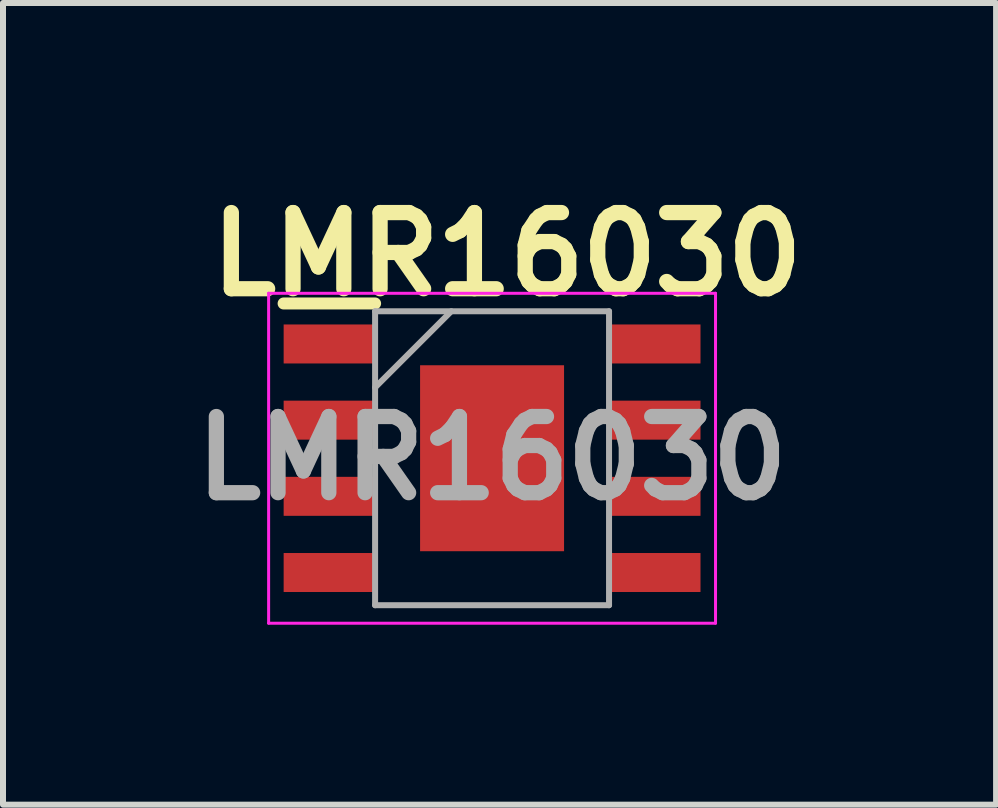
<source format=kicad_pcb>
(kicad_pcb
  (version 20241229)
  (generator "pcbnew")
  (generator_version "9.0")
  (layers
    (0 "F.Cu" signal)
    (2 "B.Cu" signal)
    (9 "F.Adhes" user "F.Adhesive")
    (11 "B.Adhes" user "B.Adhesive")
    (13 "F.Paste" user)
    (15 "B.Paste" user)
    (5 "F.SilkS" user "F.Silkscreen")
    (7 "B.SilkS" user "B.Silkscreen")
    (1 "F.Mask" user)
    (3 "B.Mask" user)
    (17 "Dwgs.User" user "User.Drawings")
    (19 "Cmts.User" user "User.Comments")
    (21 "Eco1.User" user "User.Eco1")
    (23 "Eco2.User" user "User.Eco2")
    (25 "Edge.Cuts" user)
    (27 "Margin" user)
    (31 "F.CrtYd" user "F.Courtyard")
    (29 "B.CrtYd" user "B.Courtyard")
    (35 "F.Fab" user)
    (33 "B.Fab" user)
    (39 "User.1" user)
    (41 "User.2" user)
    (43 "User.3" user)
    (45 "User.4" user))
  (footprint "LMR16030"
    (layer "F.Cu")
    (at 5.153 4.589)
    (property "Reference" "LMR16030" (at 0.25 -3.4 0) (layer "F.SilkS") (effects (font (size 1.27 1.27) (thickness 0.254))))
    (attr smd)
    (fp_line (start -3.475 -2.58) (end -1.95 -2.58) (stroke (width 0.2) (type solid)) (layer "F.SilkS"))
    (fp_line (start -3.725 -2.75) (end 3.725 -2.75) (stroke (width 0.05) (type solid)) (layer "F.CrtYd"))
    (fp_line (start -3.725 2.75) (end -3.725 -2.75) (stroke (width 0.05) (type solid)) (layer "F.CrtYd"))
    (fp_line (start 3.725 -2.75) (end 3.725 2.75) (stroke (width 0.05) (type solid)) (layer "F.CrtYd"))
    (fp_line (start 3.725 2.75) (end -3.725 2.75) (stroke (width 0.05) (type solid)) (layer "F.CrtYd"))
    (fp_line (start -1.95 -2.45) (end 1.95 -2.45) (stroke (width 0.1) (type solid)) (layer "F.Fab"))
    (fp_line (start -1.95 -1.18) (end -0.68 -2.45) (stroke (width 0.1) (type solid)) (layer "F.Fab"))
    (fp_line (start -1.95 2.45) (end -1.95 -2.45) (stroke (width 0.1) (type solid)) (layer "F.Fab"))
    (fp_line (start 1.95 -2.45) (end 1.95 2.45) (stroke (width 0.1) (type solid)) (layer "F.Fab"))
    (fp_line (start 1.95 2.45) (end -1.95 2.45) (stroke (width 0.1) (type solid)) (layer "F.Fab"))
    (fp_text user "${REFERENCE}" (at 0 0 0) (layer "F.Fab") (effects (font (size 1.27 1.27) (thickness 0.254))))
    (pad "1" smd rect (at -2.712 -1.905 90) (size 0.65 1.525) (layers "F.Cu" "F.Mask" "F.Paste"))
    (pad "2" smd rect (at -2.712 -0.635 90) (size 0.65 1.525) (layers "F.Cu" "F.Mask" "F.Paste"))
    (pad "3" smd rect (at -2.712 0.635 90) (size 0.65 1.525) (layers "F.Cu" "F.Mask" "F.Paste"))
    (pad "4" smd rect (at -2.712 1.905 90) (size 0.65 1.525) (layers "F.Cu" "F.Mask" "F.Paste"))
    (pad "5" smd rect (at 2.712 1.905 90) (size 0.65 1.525) (layers "F.Cu" "F.Mask" "F.Paste"))
    (pad "6" smd rect (at 2.712 0.635 90) (size 0.65 1.525) (layers "F.Cu" "F.Mask" "F.Paste"))
    (pad "7" smd rect (at 2.712 -0.635 90) (size 0.65 1.525) (layers "F.Cu" "F.Mask" "F.Paste"))
    (pad "8" smd rect (at 2.712 -1.905 90) (size 0.65 1.525) (layers "F.Cu" "F.Mask" "F.Paste"))
    (pad "9" smd rect (at 0 0) (size 2.4 3.1) (layers "F.Cu" "F.Mask" "F.Paste")))
  (gr_rect
    (start -3 -3)
    (end 13.555 10.364)
    (stroke (width 0.1) (type default))
    (fill no)
    (layer "Edge.Cuts")))
</source>
